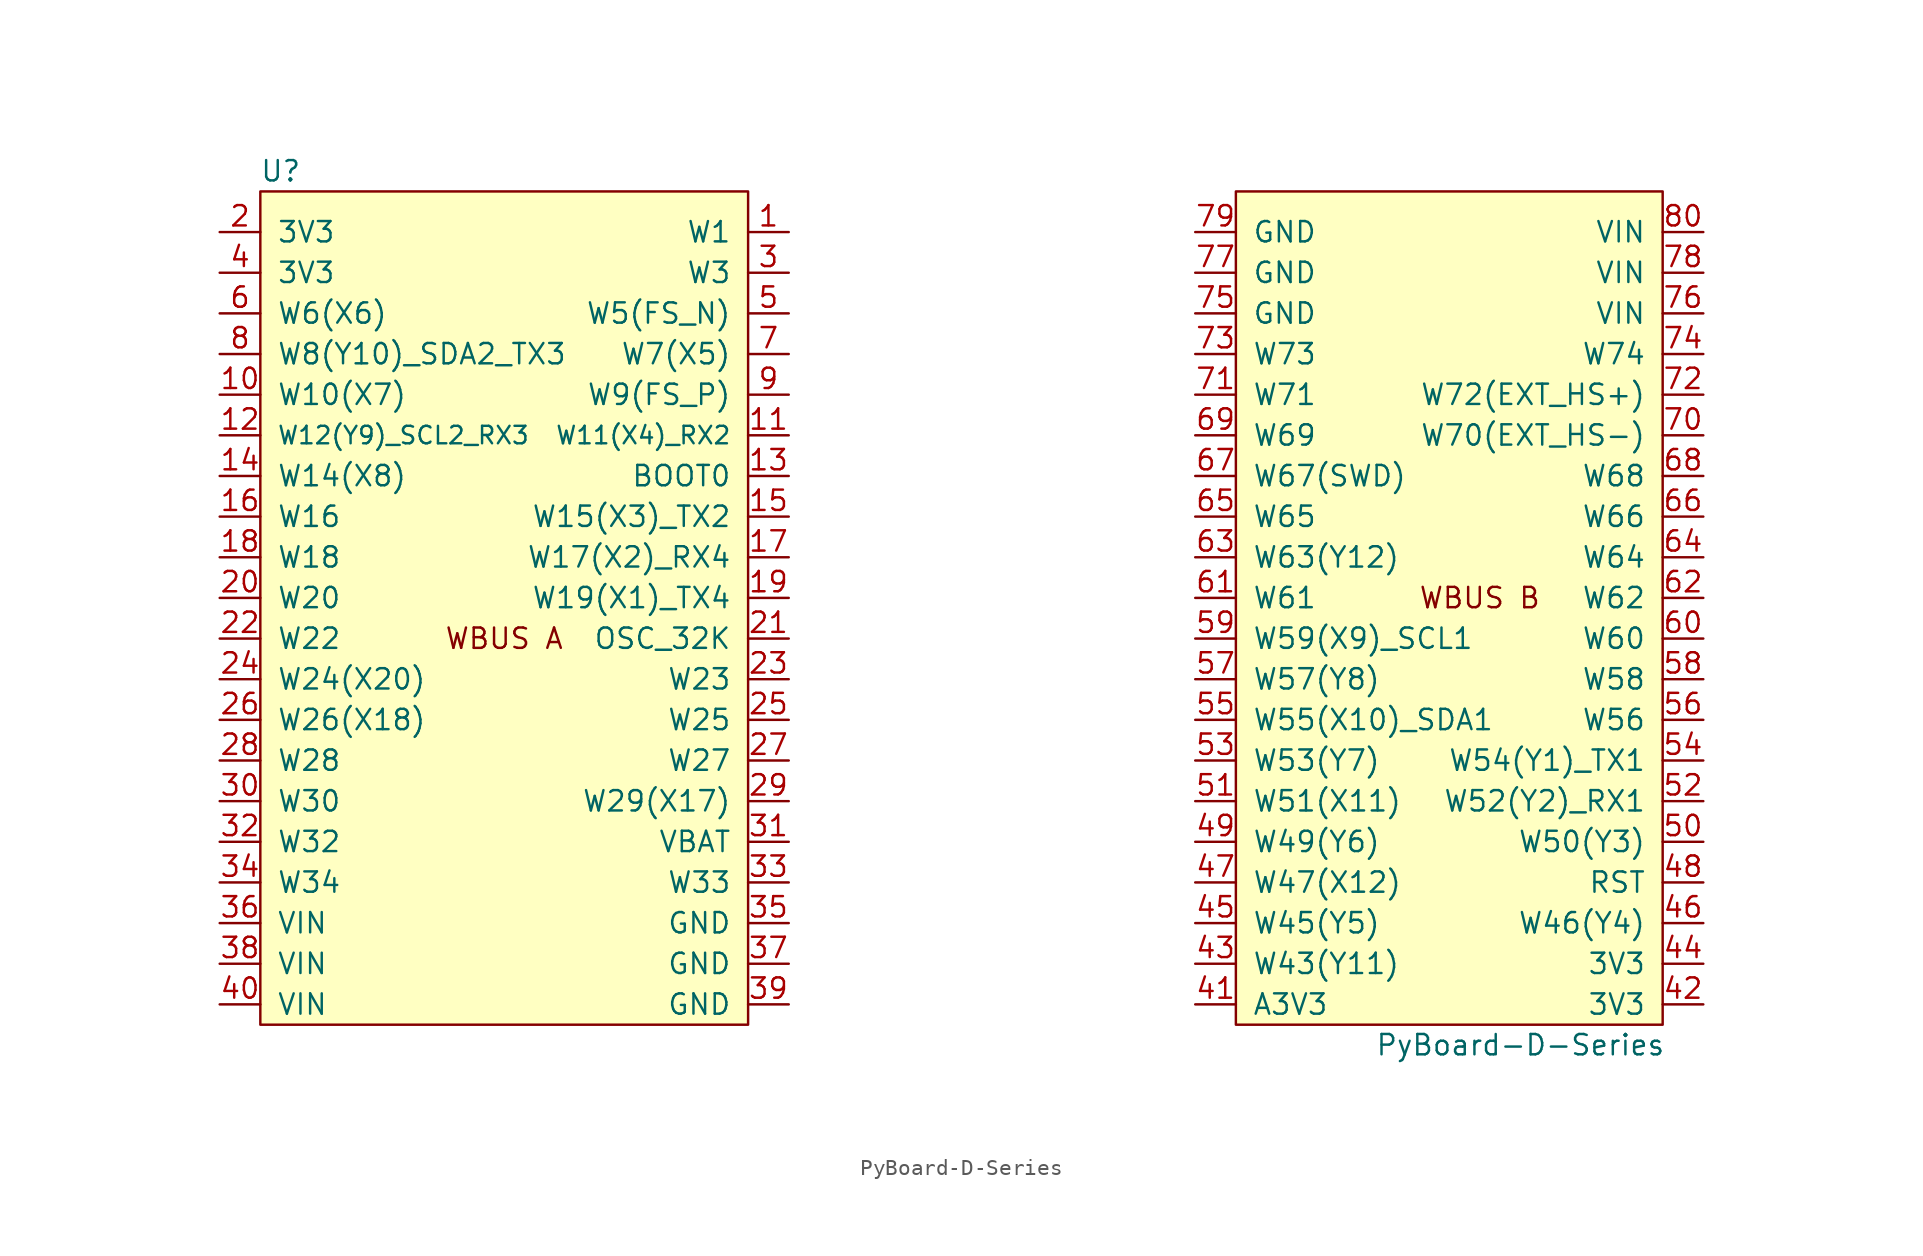
<source format=kicad_sym>
(kicad_symbol_lib
  (version 20220914)
  (generator kicad_symbol_editor)
  (symbol "PyBoard-D-Series"
    (pin_names
      (offset 1.016))
    (property "Reference" "U"
      (at 1.27 1.27 0)
      (effects (font (size 1.27 1.27))))
    (property "Value" "PyBoard-D-Series"
      (at 78.74 -53.34 0)
      (effects (font (size 1.27 1.27))))
    (symbol "PyBoard-D-Series_0_0"
      (rectangle (start 0 0) (end 30.48 -52.07) (stroke (width 0) (type default)) (fill (type background)))
      (rectangle (start 60.96 -52.07) (end 87.63 0) (stroke (width 0) (type default)) (fill (type background)))
      (text "WBUS A" (at 15.24 -27.94 0) (effects (font (size 1.27 1.27))))
      (text "WBUS B" (at 76.2 -25.4 0) (effects (font (size 1.27 1.27)))))
    (symbol "PyBoard-D-Series_1_1"
      (pin bidirectional line (at 33.02 -2.54 180) (length 2.54) (name "W1" (effects (font (size 1.27 1.27)))) (number "1" (effects (font (size 1.27 1.27)))))
      (pin bidirectional line (at -2.54 -12.7 0) (length 2.54) (name "W10(X7)" (effects (font (size 1.27 1.27)))) (number "10" (effects (font (size 1.27 1.27)))))
      (pin bidirectional line (at 33.02 -15.24 180) (length 2.54) (name "W11(X4)_RX2" (effects (font (size 1.092 1.092)))) (number "11" (effects (font (size 1.27 1.27)))))
      (pin bidirectional line (at -2.54 -15.24 0) (length 2.54) (name "W12(Y9)_SCL2_RX3" (effects (font (size 1.092 1.092)))) (number "12" (effects (font (size 1.27 1.27)))))
      (pin bidirectional line (at 33.02 -17.78 180) (length 2.54) (name "BOOT0" (effects (font (size 1.27 1.27)))) (number "13" (effects (font (size 1.27 1.27)))))
      (pin bidirectional line (at -2.54 -17.78 0) (length 2.54) (name "W14(X8)" (effects (font (size 1.27 1.27)))) (number "14" (effects (font (size 1.27 1.27)))))
      (pin bidirectional line (at 33.02 -20.32 180) (length 2.54) (name "W15(X3)_TX2" (effects (font (size 1.27 1.27)))) (number "15" (effects (font (size 1.27 1.27)))))
      (pin bidirectional line (at -2.54 -20.32 0) (length 2.54) (name "W16" (effects (font (size 1.27 1.27)))) (number "16" (effects (font (size 1.27 1.27)))))
      (pin bidirectional line (at 33.02 -22.86 180) (length 2.54) (name "W17(X2)_RX4" (effects (font (size 1.27 1.27)))) (number "17" (effects (font (size 1.27 1.27)))))
      (pin bidirectional line (at -2.54 -22.86 0) (length 2.54) (name "W18" (effects (font (size 1.27 1.27)))) (number "18" (effects (font (size 1.27 1.27)))))
      (pin bidirectional line (at 33.02 -25.4 180) (length 2.54) (name "W19(X1)_TX4" (effects (font (size 1.27 1.27)))) (number "19" (effects (font (size 1.27 1.27)))))
      (pin bidirectional line (at -2.54 -2.54 0) (length 2.54) (name "3V3" (effects (font (size 1.27 1.27)))) (number "2" (effects (font (size 1.27 1.27)))))
      (pin bidirectional line (at -2.54 -25.4 0) (length 2.54) (name "W20" (effects (font (size 1.27 1.27)))) (number "20" (effects (font (size 1.27 1.27)))))
      (pin bidirectional line (at 33.02 -27.94 180) (length 2.54) (name "OSC_32K" (effects (font (size 1.27 1.27)))) (number "21" (effects (font (size 1.27 1.27)))))
      (pin bidirectional line (at -2.54 -27.94 0) (length 2.54) (name "W22" (effects (font (size 1.27 1.27)))) (number "22" (effects (font (size 1.27 1.27)))))
      (pin bidirectional line (at 33.02 -30.48 180) (length 2.54) (name "W23" (effects (font (size 1.27 1.27)))) (number "23" (effects (font (size 1.27 1.27)))))
      (pin bidirectional line (at -2.54 -30.48 0) (length 2.54) (name "W24(X20)" (effects (font (size 1.27 1.27)))) (number "24" (effects (font (size 1.27 1.27)))))
      (pin bidirectional line (at 33.02 -33.02 180) (length 2.54) (name "W25" (effects (font (size 1.27 1.27)))) (number "25" (effects (font (size 1.27 1.27)))))
      (pin bidirectional line (at -2.54 -33.02 0) (length 2.54) (name "W26(X18)" (effects (font (size 1.27 1.27)))) (number "26" (effects (font (size 1.27 1.27)))))
      (pin bidirectional line (at 33.02 -35.56 180) (length 2.54) (name "W27" (effects (font (size 1.27 1.27)))) (number "27" (effects (font (size 1.27 1.27)))))
      (pin bidirectional line (at -2.54 -35.56 0) (length 2.54) (name "W28" (effects (font (size 1.27 1.27)))) (number "28" (effects (font (size 1.27 1.27)))))
      (pin bidirectional line (at 33.02 -38.1 180) (length 2.54) (name "W29(X17)" (effects (font (size 1.27 1.27)))) (number "29" (effects (font (size 1.27 1.27)))))
      (pin bidirectional line (at 33.02 -5.08 180) (length 2.54) (name "W3" (effects (font (size 1.27 1.27)))) (number "3" (effects (font (size 1.27 1.27)))))
      (pin bidirectional line (at -2.54 -38.1 0) (length 2.54) (name "W30" (effects (font (size 1.27 1.27)))) (number "30" (effects (font (size 1.27 1.27)))))
      (pin bidirectional line (at 33.02 -40.64 180) (length 2.54) (name "VBAT" (effects (font (size 1.27 1.27)))) (number "31" (effects (font (size 1.27 1.27)))))
      (pin bidirectional line (at -2.54 -40.64 0) (length 2.54) (name "W32" (effects (font (size 1.27 1.27)))) (number "32" (effects (font (size 1.27 1.27)))))
      (pin bidirectional line (at 33.02 -43.18 180) (length 2.54) (name "W33" (effects (font (size 1.27 1.27)))) (number "33" (effects (font (size 1.27 1.27)))))
      (pin bidirectional line (at -2.54 -43.18 0) (length 2.54) (name "W34" (effects (font (size 1.27 1.27)))) (number "34" (effects (font (size 1.27 1.27)))))
      (pin bidirectional line (at 33.02 -45.72 180) (length 2.54) (name "GND" (effects (font (size 1.27 1.27)))) (number "35" (effects (font (size 1.27 1.27)))))
      (pin bidirectional line (at -2.54 -45.72 0) (length 2.54) (name "VIN" (effects (font (size 1.27 1.27)))) (number "36" (effects (font (size 1.27 1.27)))))
      (pin bidirectional line (at 33.02 -48.26 180) (length 2.54) (name "GND" (effects (font (size 1.27 1.27)))) (number "37" (effects (font (size 1.27 1.27)))))
      (pin bidirectional line (at -2.54 -48.26 0) (length 2.54) (name "VIN" (effects (font (size 1.27 1.27)))) (number "38" (effects (font (size 1.27 1.27)))))
      (pin bidirectional line (at 33.02 -50.8 180) (length 2.54) (name "GND" (effects (font (size 1.27 1.27)))) (number "39" (effects (font (size 1.27 1.27)))))
      (pin bidirectional line (at -2.54 -5.08 0) (length 2.54) (name "3V3" (effects (font (size 1.27 1.27)))) (number "4" (effects (font (size 1.27 1.27)))))
      (pin bidirectional line (at -2.54 -50.8 0) (length 2.54) (name "VIN" (effects (font (size 1.27 1.27)))) (number "40" (effects (font (size 1.27 1.27)))))
      (pin bidirectional line (at 58.42 -50.8 0) (length 2.54) (name "A3V3" (effects (font (size 1.27 1.27)))) (number "41" (effects (font (size 1.27 1.27)))))
      (pin bidirectional line (at 90.17 -50.8 180) (length 2.54) (name "3V3" (effects (font (size 1.27 1.27)))) (number "42" (effects (font (size 1.27 1.27)))))
      (pin bidirectional line (at 58.42 -48.26 0) (length 2.54) (name "W43(Y11)" (effects (font (size 1.27 1.27)))) (number "43" (effects (font (size 1.27 1.27)))))
      (pin bidirectional line (at 90.17 -48.26 180) (length 2.54) (name "3V3" (effects (font (size 1.27 1.27)))) (number "44" (effects (font (size 1.27 1.27)))))
      (pin bidirectional line (at 58.42 -45.72 0) (length 2.54) (name "W45(Y5)" (effects (font (size 1.27 1.27)))) (number "45" (effects (font (size 1.27 1.27)))))
      (pin bidirectional line (at 90.17 -45.72 180) (length 2.54) (name "W46(Y4)" (effects (font (size 1.27 1.27)))) (number "46" (effects (font (size 1.27 1.27)))))
      (pin bidirectional line (at 58.42 -43.18 0) (length 2.54) (name "W47(X12)" (effects (font (size 1.27 1.27)))) (number "47" (effects (font (size 1.27 1.27)))))
      (pin bidirectional line (at 90.17 -43.18 180) (length 2.54) (name "RST" (effects (font (size 1.27 1.27)))) (number "48" (effects (font (size 1.27 1.27)))))
      (pin bidirectional line (at 58.42 -40.64 0) (length 2.54) (name "W49(Y6)" (effects (font (size 1.27 1.27)))) (number "49" (effects (font (size 1.27 1.27)))))
      (pin bidirectional line (at 33.02 -7.62 180) (length 2.54) (name "W5(FS_N)" (effects (font (size 1.27 1.27)))) (number "5" (effects (font (size 1.27 1.27)))))
      (pin bidirectional line (at 90.17 -40.64 180) (length 2.54) (name "W50(Y3)" (effects (font (size 1.27 1.27)))) (number "50" (effects (font (size 1.27 1.27)))))
      (pin bidirectional line (at 58.42 -38.1 0) (length 2.54) (name "W51(X11)" (effects (font (size 1.27 1.27)))) (number "51" (effects (font (size 1.27 1.27)))))
      (pin bidirectional line (at 90.17 -38.1 180) (length 2.54) (name "W52(Y2)_RX1" (effects (font (size 1.27 1.27)))) (number "52" (effects (font (size 1.27 1.27)))))
      (pin bidirectional line (at 58.42 -35.56 0) (length 2.54) (name "W53(Y7)" (effects (font (size 1.27 1.27)))) (number "53" (effects (font (size 1.27 1.27)))))
      (pin bidirectional line (at 90.17 -35.56 180) (length 2.54) (name "W54(Y1)_TX1" (effects (font (size 1.27 1.27)))) (number "54" (effects (font (size 1.27 1.27)))))
      (pin bidirectional line (at 58.42 -33.02 0) (length 2.54) (name "W55(X10)_SDA1" (effects (font (size 1.27 1.27)))) (number "55" (effects (font (size 1.27 1.27)))))
      (pin bidirectional line (at 90.17 -33.02 180) (length 2.54) (name "W56" (effects (font (size 1.27 1.27)))) (number "56" (effects (font (size 1.27 1.27)))))
      (pin bidirectional line (at 58.42 -30.48 0) (length 2.54) (name "W57(Y8)" (effects (font (size 1.27 1.27)))) (number "57" (effects (font (size 1.27 1.27)))))
      (pin bidirectional line (at 90.17 -30.48 180) (length 2.54) (name "W58" (effects (font (size 1.27 1.27)))) (number "58" (effects (font (size 1.27 1.27)))))
      (pin bidirectional line (at 58.42 -27.94 0) (length 2.54) (name "W59(X9)_SCL1" (effects (font (size 1.27 1.27)))) (number "59" (effects (font (size 1.27 1.27)))))
      (pin bidirectional line (at -2.54 -7.62 0) (length 2.54) (name "W6(X6)" (effects (font (size 1.27 1.27)))) (number "6" (effects (font (size 1.27 1.27)))))
      (pin bidirectional line (at 90.17 -27.94 180) (length 2.54) (name "W60" (effects (font (size 1.27 1.27)))) (number "60" (effects (font (size 1.27 1.27)))))
      (pin bidirectional line (at 58.42 -25.4 0) (length 2.54) (name "W61" (effects (font (size 1.27 1.27)))) (number "61" (effects (font (size 1.27 1.27)))))
      (pin bidirectional line (at 90.17 -25.4 180) (length 2.54) (name "W62" (effects (font (size 1.27 1.27)))) (number "62" (effects (font (size 1.27 1.27)))))
      (pin bidirectional line (at 58.42 -22.86 0) (length 2.54) (name "W63(Y12)" (effects (font (size 1.27 1.27)))) (number "63" (effects (font (size 1.27 1.27)))))
      (pin bidirectional line (at 90.17 -22.86 180) (length 2.54) (name "W64" (effects (font (size 1.27 1.27)))) (number "64" (effects (font (size 1.27 1.27)))))
      (pin bidirectional line (at 58.42 -20.32 0) (length 2.54) (name "W65" (effects (font (size 1.27 1.27)))) (number "65" (effects (font (size 1.27 1.27)))))
      (pin bidirectional line (at 90.17 -20.32 180) (length 2.54) (name "W66" (effects (font (size 1.27 1.27)))) (number "66" (effects (font (size 1.27 1.27)))))
      (pin bidirectional line (at 58.42 -17.78 0) (length 2.54) (name "W67(SWD)" (effects (font (size 1.27 1.27)))) (number "67" (effects (font (size 1.27 1.27)))))
      (pin bidirectional line (at 90.17 -17.78 180) (length 2.54) (name "W68" (effects (font (size 1.27 1.27)))) (number "68" (effects (font (size 1.27 1.27)))))
      (pin bidirectional line (at 58.42 -15.24 0) (length 2.54) (name "W69" (effects (font (size 1.27 1.27)))) (number "69" (effects (font (size 1.27 1.27)))))
      (pin bidirectional line (at 33.02 -10.16 180) (length 2.54) (name "W7(X5)" (effects (font (size 1.27 1.27)))) (number "7" (effects (font (size 1.27 1.27)))))
      (pin bidirectional line (at 90.17 -15.24 180) (length 2.54) (name "W70(EXT_HS-)" (effects (font (size 1.27 1.27)))) (number "70" (effects (font (size 1.27 1.27)))))
      (pin bidirectional line (at 58.42 -12.7 0) (length 2.54) (name "W71" (effects (font (size 1.27 1.27)))) (number "71" (effects (font (size 1.27 1.27)))))
      (pin bidirectional line (at 90.17 -12.7 180) (length 2.54) (name "W72(EXT_HS+)" (effects (font (size 1.27 1.27)))) (number "72" (effects (font (size 1.27 1.27)))))
      (pin bidirectional line (at 58.42 -10.16 0) (length 2.54) (name "W73" (effects (font (size 1.27 1.27)))) (number "73" (effects (font (size 1.27 1.27)))))
      (pin bidirectional line (at 90.17 -10.16 180) (length 2.54) (name "W74" (effects (font (size 1.27 1.27)))) (number "74" (effects (font (size 1.27 1.27)))))
      (pin bidirectional line (at 58.42 -7.62 0) (length 2.54) (name "GND" (effects (font (size 1.27 1.27)))) (number "75" (effects (font (size 1.27 1.27)))))
      (pin bidirectional line (at 90.17 -7.62 180) (length 2.54) (name "VIN" (effects (font (size 1.27 1.27)))) (number "76" (effects (font (size 1.27 1.27)))))
      (pin bidirectional line (at 58.42 -5.08 0) (length 2.54) (name "GND" (effects (font (size 1.27 1.27)))) (number "77" (effects (font (size 1.27 1.27)))))
      (pin bidirectional line (at 90.17 -5.08 180) (length 2.54) (name "VIN" (effects (font (size 1.27 1.27)))) (number "78" (effects (font (size 1.27 1.27)))))
      (pin bidirectional line (at 58.42 -2.54 0) (length 2.54) (name "GND" (effects (font (size 1.27 1.27)))) (number "79" (effects (font (size 1.27 1.27)))))
      (pin bidirectional line (at -2.54 -10.16 0) (length 2.54) (name "W8(Y10)_SDA2_TX3" (effects (font (size 1.27 1.27)))) (number "8" (effects (font (size 1.27 1.27)))))
      (pin bidirectional line (at 90.17 -2.54 180) (length 2.54) (name "VIN" (effects (font (size 1.27 1.27)))) (number "80" (effects (font (size 1.27 1.27)))))
      (pin bidirectional line (at 33.02 -12.7 180) (length 2.54) (name "W9(FS_P)" (effects (font (size 1.27 1.27)))) (number "9" (effects (font (size 1.27 1.27))))))))
</source>
